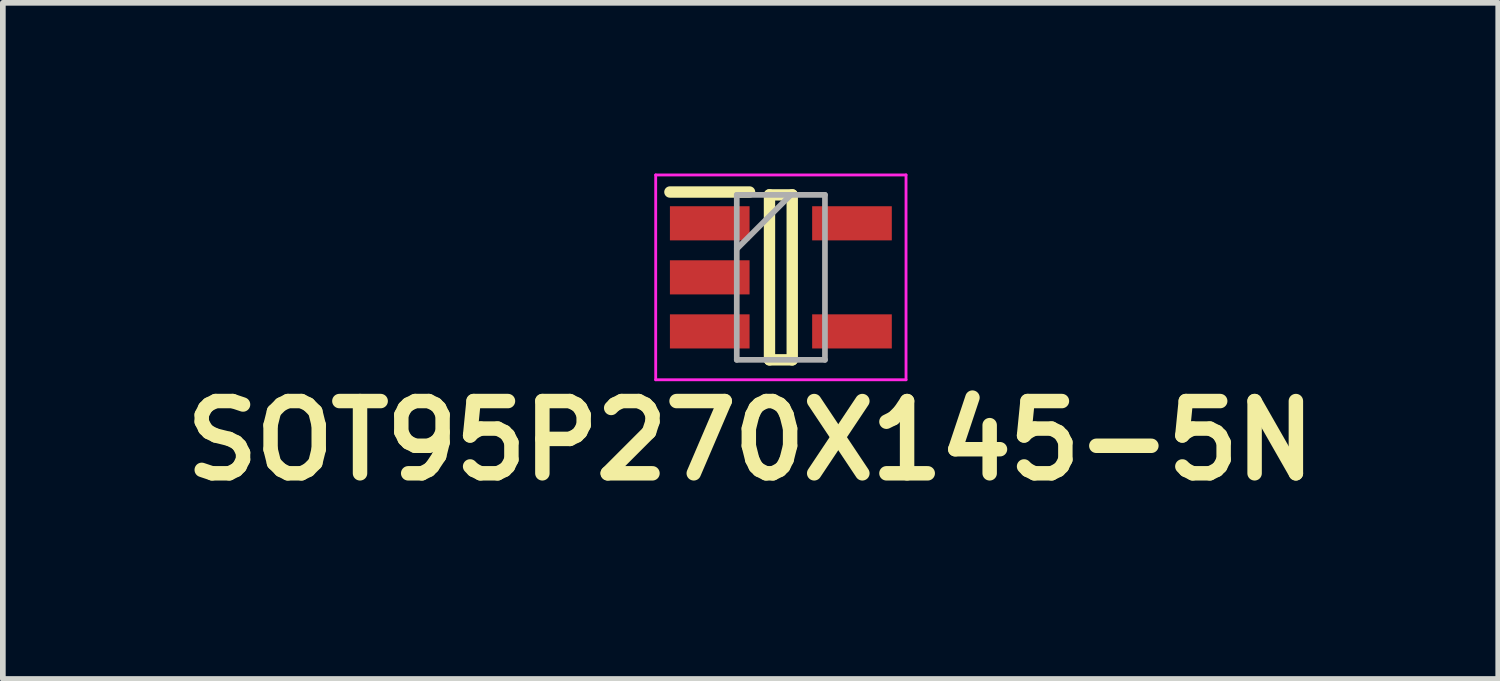
<source format=kicad_pcb>
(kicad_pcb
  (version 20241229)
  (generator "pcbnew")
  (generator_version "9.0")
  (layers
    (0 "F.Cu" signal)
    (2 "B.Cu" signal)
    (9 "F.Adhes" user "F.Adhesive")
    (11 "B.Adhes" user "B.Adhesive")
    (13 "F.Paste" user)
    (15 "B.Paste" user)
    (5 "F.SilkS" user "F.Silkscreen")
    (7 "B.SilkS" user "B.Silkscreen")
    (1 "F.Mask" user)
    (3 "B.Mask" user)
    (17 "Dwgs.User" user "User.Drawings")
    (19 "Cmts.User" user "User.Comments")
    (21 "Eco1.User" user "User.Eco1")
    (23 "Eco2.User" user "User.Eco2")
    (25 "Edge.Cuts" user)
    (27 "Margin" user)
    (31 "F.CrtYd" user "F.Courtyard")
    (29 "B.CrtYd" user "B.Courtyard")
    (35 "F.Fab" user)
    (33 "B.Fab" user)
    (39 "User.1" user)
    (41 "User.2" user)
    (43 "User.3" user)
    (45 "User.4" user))
  (footprint "SOT95P270X145-5N"
    (layer "F.Cu")
    (at 10.675 1.825)
    (property "Reference" "SOT95P270X145-5N" (at -0.533 2.87 0) (layer "F.SilkS") (effects (font (size 1.27 1.27) (thickness 0.254))))
    (attr smd)
    (fp_line (start -1.95 -1.5) (end -0.55 -1.5) (stroke (width 0.2) (type solid)) (layer "F.SilkS"))
    (fp_line (start -0.2 -1.45) (end 0.2 -1.45) (stroke (width 0.2) (type solid)) (layer "F.SilkS"))
    (fp_line (start -0.2 1.45) (end -0.2 -1.45) (stroke (width 0.2) (type solid)) (layer "F.SilkS"))
    (fp_line (start 0.2 -1.45) (end 0.2 1.45) (stroke (width 0.2) (type solid)) (layer "F.SilkS"))
    (fp_line (start 0.2 1.45) (end -0.2 1.45) (stroke (width 0.2) (type solid)) (layer "F.SilkS"))
    (fp_line (start -2.2 -1.8) (end 2.2 -1.8) (stroke (width 0.05) (type solid)) (layer "F.CrtYd"))
    (fp_line (start -2.2 1.8) (end -2.2 -1.8) (stroke (width 0.05) (type solid)) (layer "F.CrtYd"))
    (fp_line (start 2.2 -1.8) (end 2.2 1.8) (stroke (width 0.05) (type solid)) (layer "F.CrtYd"))
    (fp_line (start 2.2 1.8) (end -2.2 1.8) (stroke (width 0.05) (type solid)) (layer "F.CrtYd"))
    (fp_line (start -0.775 -1.45) (end 0.775 -1.45) (stroke (width 0.1) (type solid)) (layer "F.Fab"))
    (fp_line (start -0.775 -0.5) (end 0.175 -1.45) (stroke (width 0.1) (type solid)) (layer "F.Fab"))
    (fp_line (start -0.775 1.45) (end -0.775 -1.45) (stroke (width 0.1) (type solid)) (layer "F.Fab"))
    (fp_line (start 0.775 -1.45) (end 0.775 1.45) (stroke (width 0.1) (type solid)) (layer "F.Fab"))
    (fp_line (start 0.775 1.45) (end -0.775 1.45) (stroke (width 0.1) (type solid)) (layer "F.Fab"))
    (pad "1" smd rect (at -1.25 -0.95 90) (size 0.6 1.4) (layers "F.Cu" "F.Mask" "F.Paste"))
    (pad "2" smd rect (at -1.25 0 90) (size 0.6 1.4) (layers "F.Cu" "F.Mask" "F.Paste"))
    (pad "3" smd rect (at -1.25 0.95 90) (size 0.6 1.4) (layers "F.Cu" "F.Mask" "F.Paste"))
    (pad "4" smd rect (at 1.25 0.95 90) (size 0.6 1.4) (layers "F.Cu" "F.Mask" "F.Paste"))
    (pad "5" smd rect (at 1.25 -0.95 90) (size 0.6 1.4) (layers "F.Cu" "F.Mask" "F.Paste")))
  (gr_rect
    (start -3 -3)
    (end 23.284 8.884)
    (stroke (width 0.1) (type default))
    (fill no)
    (layer "Edge.Cuts")))
</source>
